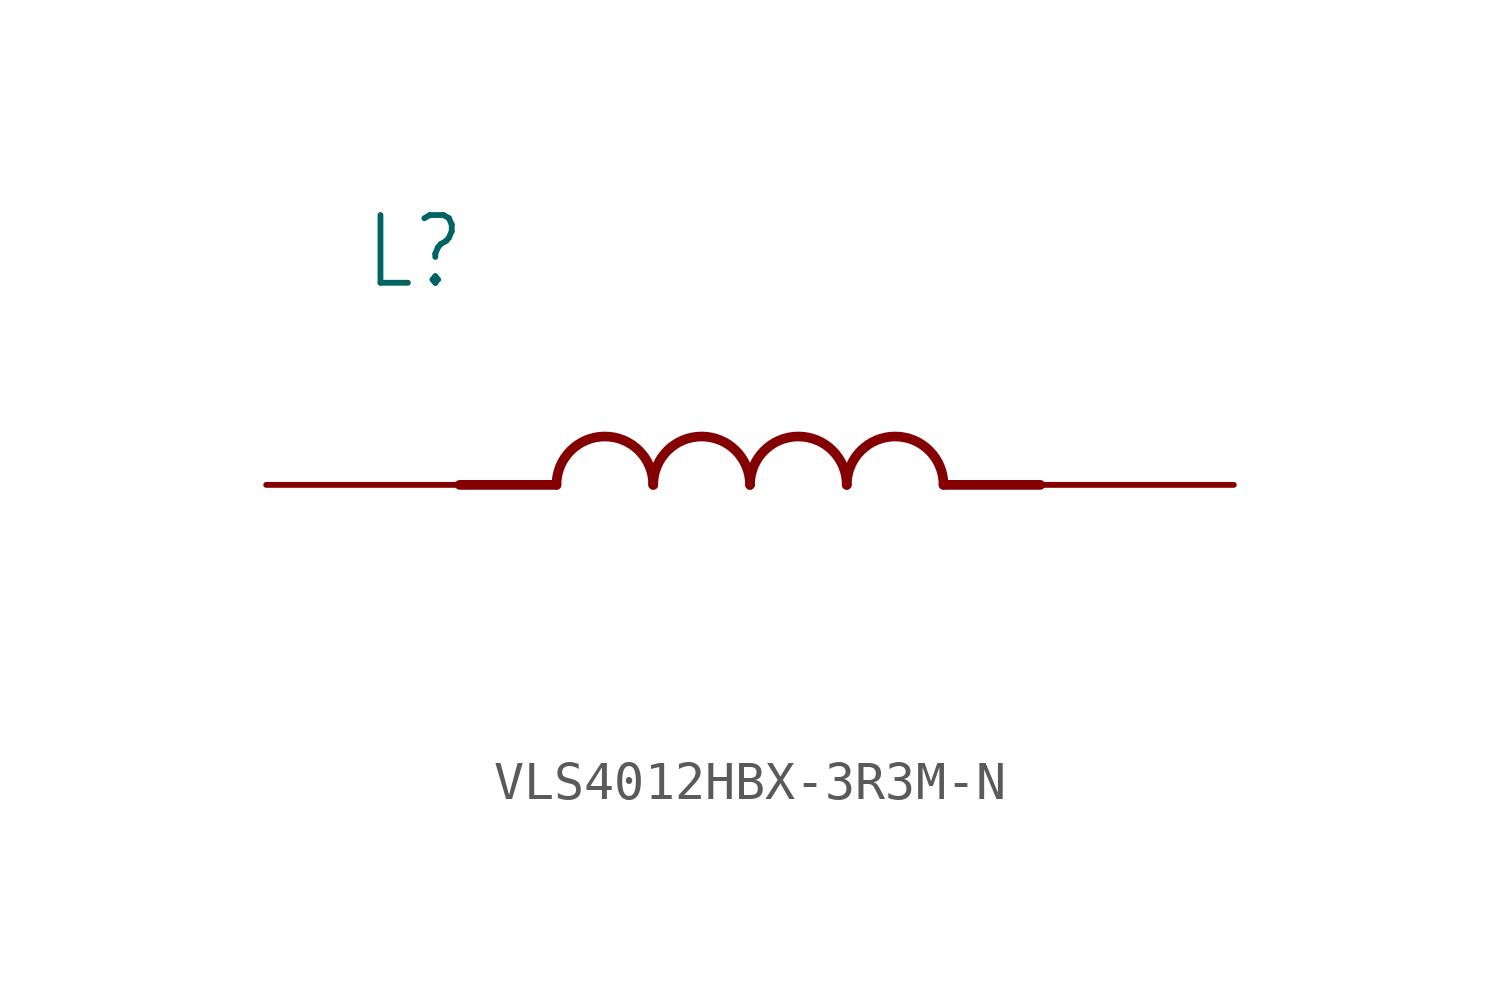
<source format=kicad_sym>
(kicad_symbol_lib
  (version 20241209)
  (generator "kicad_symbol_editor")
  (generator_version "9.0")
  (symbol "VLS4012HBX-3R3M-N"
    (property "Reference" "L"
      (at -10.16 5.08 0)
      (effects (font (size 1.778 1.511)) (justify left bottom)))
    (property "Value" ""
      (at -10.16 -5.08 0)
      (effects (font (size 1.778 1.511)) (justify left top)))
    (property "ki_locked" ""
      (at 0 0 0)
      (effects (font (size 1.27 1.27))))
    (symbol "VLS4012HBX-3R3M-N_1_0"
      (polyline (pts (xy -5.08 0) (xy -7.62 0)) (stroke (width 0.254) (type solid)) (fill (type none)))
      (arc (start -5.08 0) (mid -3.81 1.27) (end -2.54 0) (stroke (width 0.254) (type solid)) (fill (type none)))
      (arc (start -2.54 0) (mid -1.27 1.27) (end 0 0) (stroke (width 0.254) (type solid)) (fill (type none)))
      (arc (start 0 0) (mid 1.27 1.27) (end 2.54 0) (stroke (width 0.254) (type solid)) (fill (type none)))
      (arc (start 2.54 0) (mid 3.81 1.27) (end 5.08 0) (stroke (width 0.254) (type solid)) (fill (type none)))
      (polyline (pts (xy 5.08 0) (xy 7.62 0)) (stroke (width 0.254) (type solid)) (fill (type none)))
      (pin passive line (at -12.7 0 0) (length 5.08) (name "1" (effects (font (size 0 0)))) (number "1" (effects (font (size 0 0)))))
      (pin passive line (at 12.7 0 180) (length 5.08) (name "2" (effects (font (size 0 0)))) (number "2" (effects (font (size 0 0))))))))
</source>
